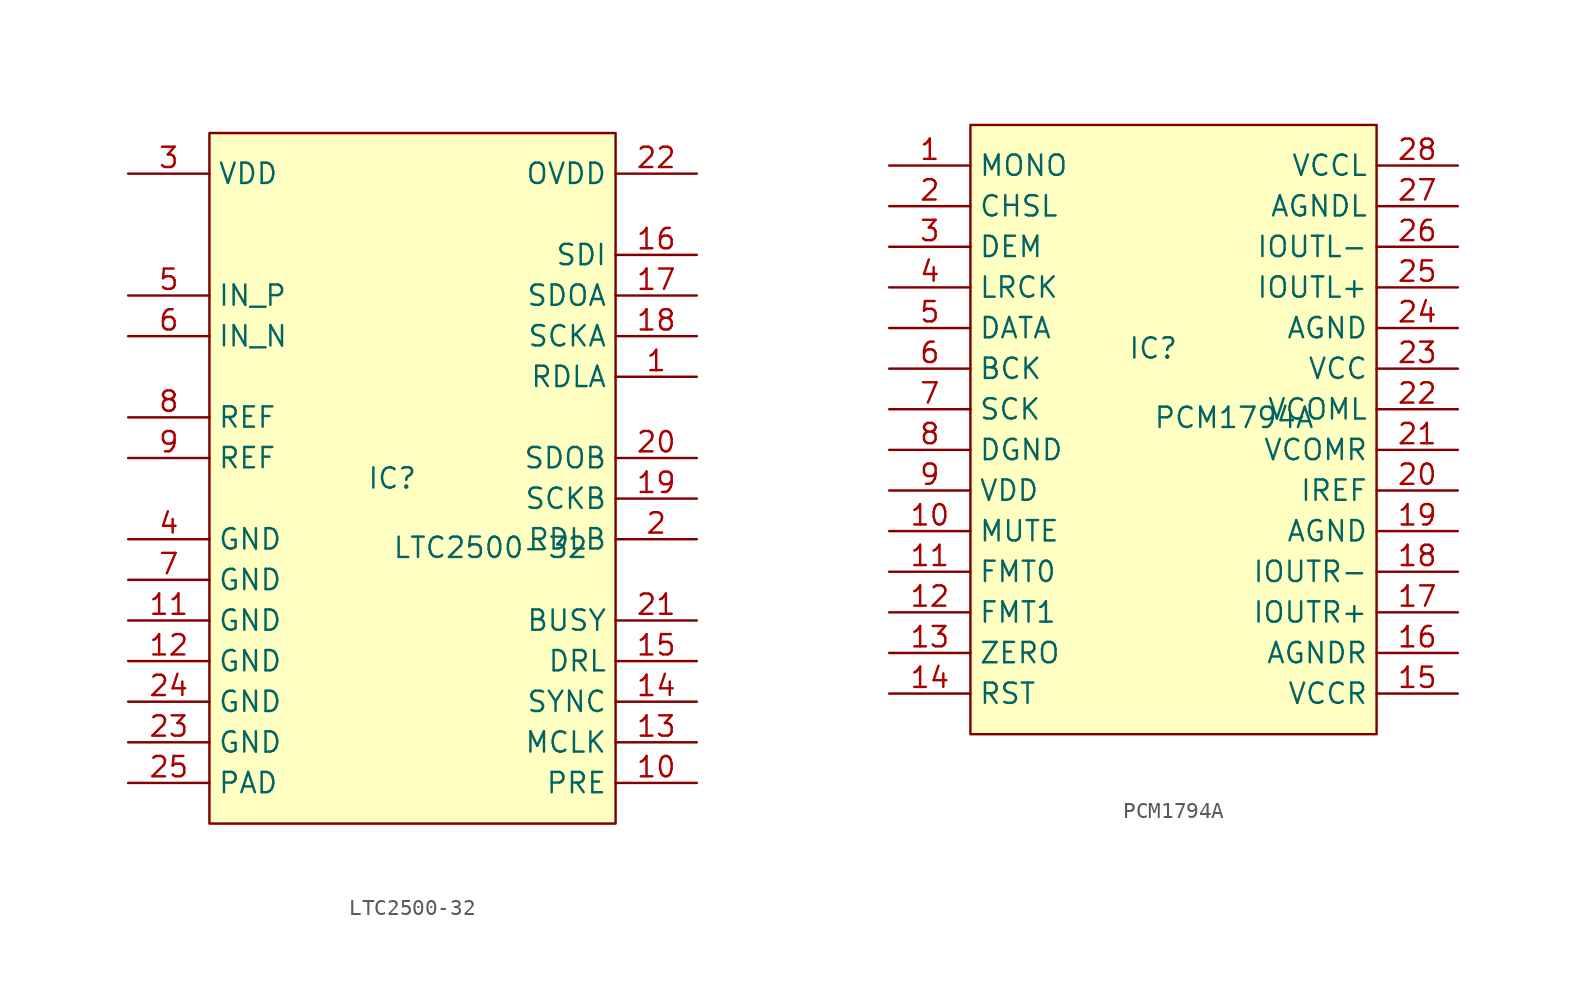
<source format=kicad_sym>
(kicad_symbol_lib
  (version 20231120)
  (generator "kicad_symbol_editor")
  (generator_version "8.0")
  (symbol "LTC2500-32"
    (property "Reference" "IC"
      (at -1.27 1.27 0)
      (effects (font (size 1.27 1.27))))
    (property "Value" "LTC2500-32"
      (at -1.27 -3.81 0)
      (effects (font (size 1.27 1.27)) (justify left bottom)))
    (symbol "LTC2500-32_1_0"
      (rectangle (start -12.7 22.86) (end 12.7 -20.32) (stroke (width 0) (type solid) (color 128 0 0 1)) (fill (type background)))
      (pin input line (at 17.78 7.62 180) (length 5.08) (name "RDLA" (effects (font (size 1.27 1.27)))) (number "1" (effects (font (size 1.27 1.27)))))
      (pin input line (at 17.78 -17.78 180) (length 5.08) (name "PRE" (effects (font (size 1.27 1.27)))) (number "10" (effects (font (size 1.27 1.27)))))
      (pin power_in line (at -17.78 -7.62 0) (length 5.08) (name "GND" (effects (font (size 1.27 1.27)))) (number "11" (effects (font (size 1.27 1.27)))))
      (pin power_in line (at -17.78 -10.16 0) (length 5.08) (name "GND" (effects (font (size 1.27 1.27)))) (number "12" (effects (font (size 1.27 1.27)))))
      (pin input line (at 17.78 -15.24 180) (length 5.08) (name "MCLK" (effects (font (size 1.27 1.27)))) (number "13" (effects (font (size 1.27 1.27)))))
      (pin input line (at 17.78 -12.7 180) (length 5.08) (name "SYNC" (effects (font (size 1.27 1.27)))) (number "14" (effects (font (size 1.27 1.27)))))
      (pin output line (at 17.78 -10.16 180) (length 5.08) (name "DRL" (effects (font (size 1.27 1.27)))) (number "15" (effects (font (size 1.27 1.27)))))
      (pin input line (at 17.78 15.24 180) (length 5.08) (name "SDI" (effects (font (size 1.27 1.27)))) (number "16" (effects (font (size 1.27 1.27)))))
      (pin output line (at 17.78 12.7 180) (length 5.08) (name "SDOA" (effects (font (size 1.27 1.27)))) (number "17" (effects (font (size 1.27 1.27)))))
      (pin input line (at 17.78 10.16 180) (length 5.08) (name "SCKA" (effects (font (size 1.27 1.27)))) (number "18" (effects (font (size 1.27 1.27)))))
      (pin input line (at 17.78 0 180) (length 5.08) (name "SCKB" (effects (font (size 1.27 1.27)))) (number "19" (effects (font (size 1.27 1.27)))))
      (pin input line (at 17.78 -2.54 180) (length 5.08) (name "RDLB" (effects (font (size 1.27 1.27)))) (number "2" (effects (font (size 1.27 1.27)))))
      (pin output line (at 17.78 2.54 180) (length 5.08) (name "SDOB" (effects (font (size 1.27 1.27)))) (number "20" (effects (font (size 1.27 1.27)))))
      (pin output line (at 17.78 -7.62 180) (length 5.08) (name "BUSY" (effects (font (size 1.27 1.27)))) (number "21" (effects (font (size 1.27 1.27)))))
      (pin power_in line (at 17.78 20.32 180) (length 5.08) (name "OVDD" (effects (font (size 1.27 1.27)))) (number "22" (effects (font (size 1.27 1.27)))))
      (pin power_in line (at -17.78 -15.24 0) (length 5.08) (name "GND" (effects (font (size 1.27 1.27)))) (number "23" (effects (font (size 1.27 1.27)))))
      (pin power_in line (at -17.78 -12.7 0) (length 5.08) (name "GND" (effects (font (size 1.27 1.27)))) (number "24" (effects (font (size 1.27 1.27)))))
      (pin power_in line (at -17.78 -17.78 0) (length 5.08) (name "PAD" (effects (font (size 1.27 1.27)))) (number "25" (effects (font (size 1.27 1.27)))))
      (pin power_in line (at -17.78 20.32 0) (length 5.08) (name "VDD" (effects (font (size 1.27 1.27)))) (number "3" (effects (font (size 1.27 1.27)))))
      (pin power_in line (at -17.78 -2.54 0) (length 5.08) (name "GND" (effects (font (size 1.27 1.27)))) (number "4" (effects (font (size 1.27 1.27)))))
      (pin power_in line (at -17.78 12.7 0) (length 5.08) (name "IN_P" (effects (font (size 1.27 1.27)))) (number "5" (effects (font (size 1.27 1.27)))))
      (pin power_in line (at -17.78 10.16 0) (length 5.08) (name "IN_N" (effects (font (size 1.27 1.27)))) (number "6" (effects (font (size 1.27 1.27)))))
      (pin power_in line (at -17.78 -5.08 0) (length 5.08) (name "GND" (effects (font (size 1.27 1.27)))) (number "7" (effects (font (size 1.27 1.27)))))
      (pin power_in line (at -17.78 5.08 0) (length 5.08) (name "REF" (effects (font (size 1.27 1.27)))) (number "8" (effects (font (size 1.27 1.27)))))
      (pin power_in line (at -17.78 2.54 0) (length 5.08) (name "REF" (effects (font (size 1.27 1.27)))) (number "9" (effects (font (size 1.27 1.27)))))))
  (symbol "PCM1794A"
    (property "Reference" "IC"
      (at -1.27 1.27 0)
      (effects (font (size 1.27 1.27))))
    (property "Value" "PCM1794A"
      (at -1.27 -3.81 0)
      (effects (font (size 1.27 1.27)) (justify left bottom)))
    (symbol "PCM1794A_1_0"
      (rectangle (start -12.7 15.24) (end 12.7 -22.86) (stroke (width 0) (type solid) (color 128 0 0 1)) (fill (type background)))
      (pin input line (at -17.78 12.7 0) (length 5.08) (name "MONO" (effects (font (size 1.27 1.27)))) (number "1" (effects (font (size 1.27 1.27)))))
      (pin input line (at -17.78 -10.16 0) (length 5.08) (name "MUTE" (effects (font (size 1.27 1.27)))) (number "10" (effects (font (size 1.27 1.27)))))
      (pin input line (at -17.78 -12.7 0) (length 5.08) (name "FMT0" (effects (font (size 1.27 1.27)))) (number "11" (effects (font (size 1.27 1.27)))))
      (pin input line (at -17.78 -15.24 0) (length 5.08) (name "FMT1" (effects (font (size 1.27 1.27)))) (number "12" (effects (font (size 1.27 1.27)))))
      (pin output line (at -17.78 -17.78 0) (length 5.08) (name "ZERO" (effects (font (size 1.27 1.27)))) (number "13" (effects (font (size 1.27 1.27)))))
      (pin input line (at -17.78 -20.32 0) (length 5.08) (name "RST" (effects (font (size 1.27 1.27)))) (number "14" (effects (font (size 1.27 1.27)))))
      (pin passive line (at 17.78 -20.32 180) (length 5.08) (name "VCCR" (effects (font (size 1.27 1.27)))) (number "15" (effects (font (size 1.27 1.27)))))
      (pin passive line (at 17.78 -17.78 180) (length 5.08) (name "AGNDR" (effects (font (size 1.27 1.27)))) (number "16" (effects (font (size 1.27 1.27)))))
      (pin passive line (at 17.78 -15.24 180) (length 5.08) (name "IOUTR+" (effects (font (size 1.27 1.27)))) (number "17" (effects (font (size 1.27 1.27)))))
      (pin passive line (at 17.78 -12.7 180) (length 5.08) (name "IOUTR-" (effects (font (size 1.27 1.27)))) (number "18" (effects (font (size 1.27 1.27)))))
      (pin passive line (at 17.78 -10.16 180) (length 5.08) (name "AGND" (effects (font (size 1.27 1.27)))) (number "19" (effects (font (size 1.27 1.27)))))
      (pin input line (at -17.78 10.16 0) (length 5.08) (name "CHSL" (effects (font (size 1.27 1.27)))) (number "2" (effects (font (size 1.27 1.27)))))
      (pin passive line (at 17.78 -7.62 180) (length 5.08) (name "IREF" (effects (font (size 1.27 1.27)))) (number "20" (effects (font (size 1.27 1.27)))))
      (pin passive line (at 17.78 -5.08 180) (length 5.08) (name "VCOMR" (effects (font (size 1.27 1.27)))) (number "21" (effects (font (size 1.27 1.27)))))
      (pin passive line (at 17.78 -2.54 180) (length 5.08) (name "VCOML" (effects (font (size 1.27 1.27)))) (number "22" (effects (font (size 1.27 1.27)))))
      (pin passive line (at 17.78 0 180) (length 5.08) (name "VCC" (effects (font (size 1.27 1.27)))) (number "23" (effects (font (size 1.27 1.27)))))
      (pin passive line (at 17.78 2.54 180) (length 5.08) (name "AGND" (effects (font (size 1.27 1.27)))) (number "24" (effects (font (size 1.27 1.27)))))
      (pin passive line (at 17.78 5.08 180) (length 5.08) (name "IOUTL+" (effects (font (size 1.27 1.27)))) (number "25" (effects (font (size 1.27 1.27)))))
      (pin passive line (at 17.78 7.62 180) (length 5.08) (name "IOUTL-" (effects (font (size 1.27 1.27)))) (number "26" (effects (font (size 1.27 1.27)))))
      (pin passive line (at 17.78 10.16 180) (length 5.08) (name "AGNDL" (effects (font (size 1.27 1.27)))) (number "27" (effects (font (size 1.27 1.27)))))
      (pin passive line (at 17.78 12.7 180) (length 5.08) (name "VCCL" (effects (font (size 1.27 1.27)))) (number "28" (effects (font (size 1.27 1.27)))))
      (pin input line (at -17.78 7.62 0) (length 5.08) (name "DEM" (effects (font (size 1.27 1.27)))) (number "3" (effects (font (size 1.27 1.27)))))
      (pin input line (at -17.78 5.08 0) (length 5.08) (name "LRCK" (effects (font (size 1.27 1.27)))) (number "4" (effects (font (size 1.27 1.27)))))
      (pin input line (at -17.78 2.54 0) (length 5.08) (name "DATA" (effects (font (size 1.27 1.27)))) (number "5" (effects (font (size 1.27 1.27)))))
      (pin input line (at -17.78 0 0) (length 5.08) (name "BCK" (effects (font (size 1.27 1.27)))) (number "6" (effects (font (size 1.27 1.27)))))
      (pin input line (at -17.78 -2.54 0) (length 5.08) (name "SCK" (effects (font (size 1.27 1.27)))) (number "7" (effects (font (size 1.27 1.27)))))
      (pin passive line (at -17.78 -5.08 0) (length 5.08) (name "DGND" (effects (font (size 1.27 1.27)))) (number "8" (effects (font (size 1.27 1.27)))))
      (pin passive line (at -17.78 -7.62 0) (length 5.08) (name "VDD" (effects (font (size 1.27 1.27)))) (number "9" (effects (font (size 1.27 1.27))))))))
</source>
